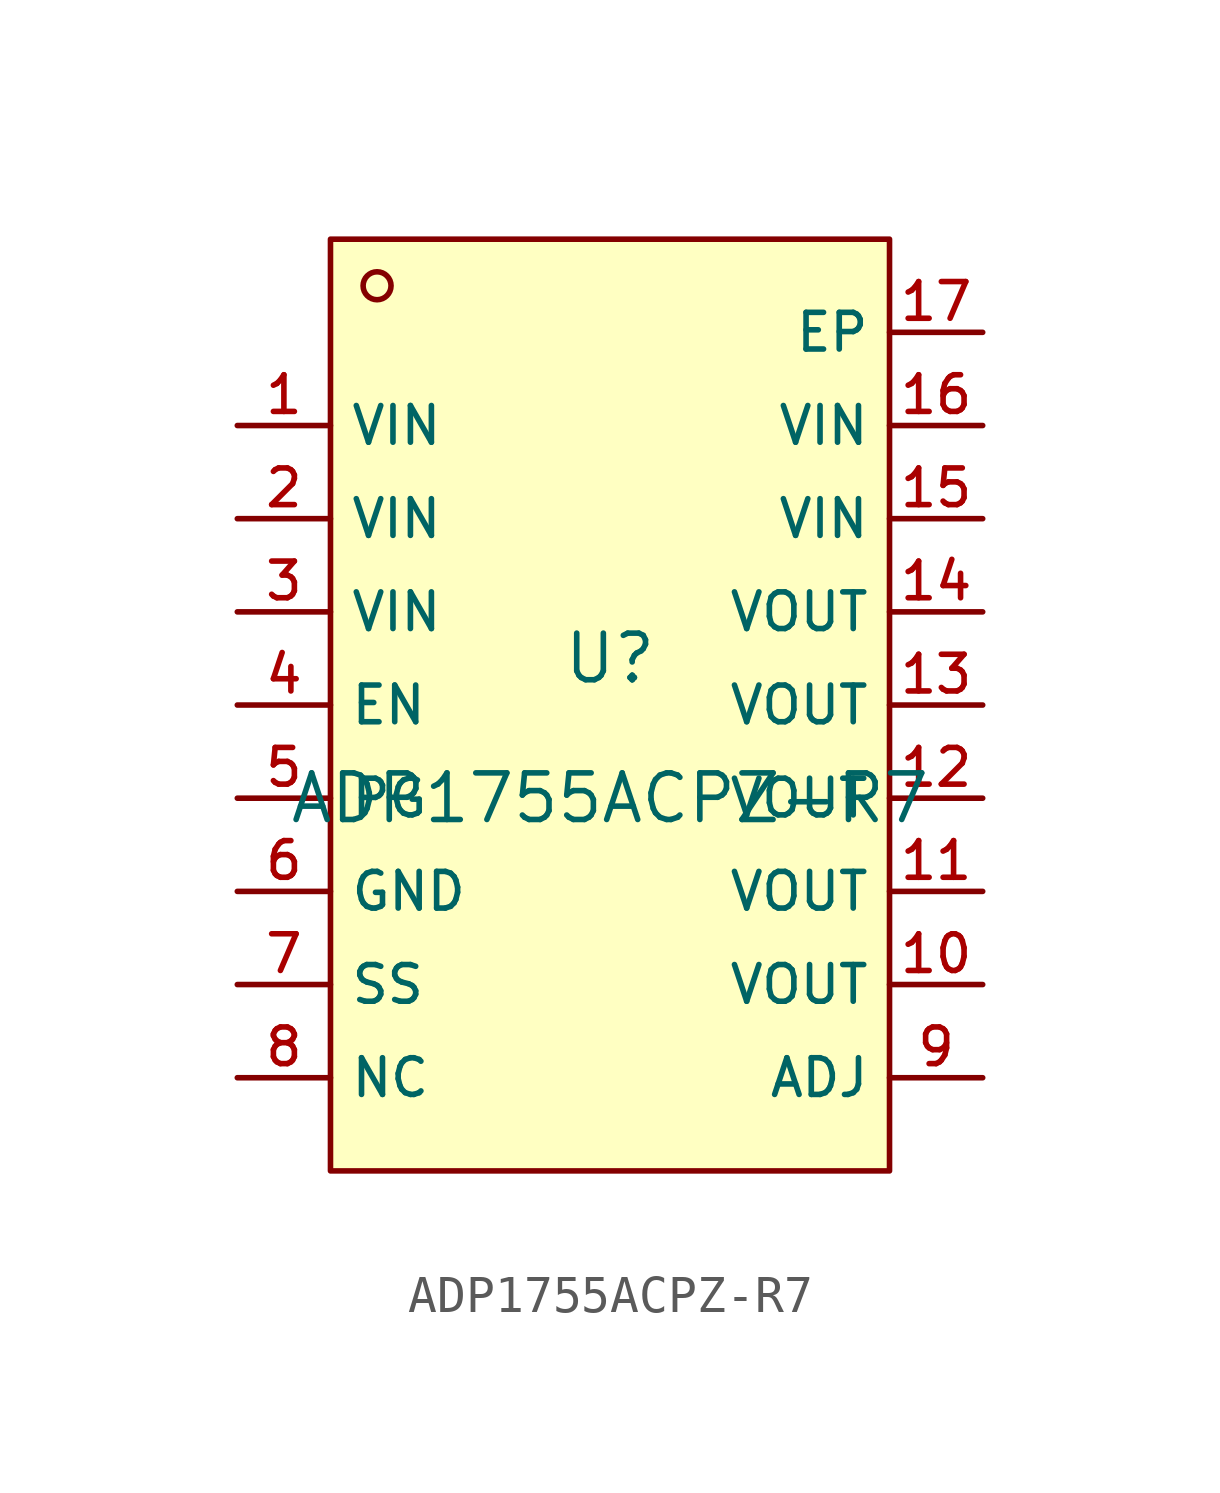
<source format=kicad_sym>
(kicad_symbol_lib
  (version 20210201)
  (generator TousstNicolas/JLC2KiCad_lib)
  (symbol "ADP1755ACPZ-R7"
    (property "Reference" "U"
      (at 0 1.27 0)
      (effects (font (size 1.27 1.27))))
    (property "Value" "ADP1755ACPZ-R7"
      (at 0 -2.54 0)
      (effects (font (size 1.27 1.27))))
    (symbol "ADP1755ACPZ-R7_0_1"
      (rectangle (start -7.62 12.7) (end 7.62 -12.7) (stroke (width 0) (type default) (color 0 0 0 0)) (fill (type background)))
      (circle (center -6.35 11.43) (radius 0.381) (stroke (width 0) (type default) (color 0 0 0 0)) (fill (type background)))
      (pin unspecified line (at -10.16 7.62 0) (length 2.54) (name "VIN" (effects (font (size 1 1)))) (number "1" (effects (font (size 1 1)))))
      (pin unspecified line (at -10.16 5.08 0) (length 2.54) (name "VIN" (effects (font (size 1 1)))) (number "2" (effects (font (size 1 1)))))
      (pin unspecified line (at -10.16 2.54 0) (length 2.54) (name "VIN" (effects (font (size 1 1)))) (number "3" (effects (font (size 1 1)))))
      (pin unspecified line (at -10.16 -0.0 0) (length 2.54) (name "EN" (effects (font (size 1 1)))) (number "4" (effects (font (size 1 1)))))
      (pin unspecified line (at -10.16 -2.54 0) (length 2.54) (name "PG" (effects (font (size 1 1)))) (number "5" (effects (font (size 1 1)))))
      (pin unspecified line (at -10.16 -5.08 0) (length 2.54) (name "GND" (effects (font (size 1 1)))) (number "6" (effects (font (size 1 1)))))
      (pin unspecified line (at -10.16 -7.62 0) (length 2.54) (name "SS" (effects (font (size 1 1)))) (number "7" (effects (font (size 1 1)))))
      (pin unspecified line (at -10.16 -10.16 0) (length 2.54) (name "NC" (effects (font (size 1 1)))) (number "8" (effects (font (size 1 1)))))
      (pin unspecified line (at 10.16 -10.16 180) (length 2.54) (name "ADJ" (effects (font (size 1 1)))) (number "9" (effects (font (size 1 1)))))
      (pin unspecified line (at 10.16 -7.62 180) (length 2.54) (name "VOUT" (effects (font (size 1 1)))) (number "10" (effects (font (size 1 1)))))
      (pin unspecified line (at 10.16 -5.08 180) (length 2.54) (name "VOUT" (effects (font (size 1 1)))) (number "11" (effects (font (size 1 1)))))
      (pin unspecified line (at 10.16 -2.54 180) (length 2.54) (name "VOUT" (effects (font (size 1 1)))) (number "12" (effects (font (size 1 1)))))
      (pin unspecified line (at 10.16 -0.0 180) (length 2.54) (name "VOUT" (effects (font (size 1 1)))) (number "13" (effects (font (size 1 1)))))
      (pin unspecified line (at 10.16 2.54 180) (length 2.54) (name "VOUT" (effects (font (size 1 1)))) (number "14" (effects (font (size 1 1)))))
      (pin unspecified line (at 10.16 5.08 180) (length 2.54) (name "VIN" (effects (font (size 1 1)))) (number "15" (effects (font (size 1 1)))))
      (pin unspecified line (at 10.16 7.62 180) (length 2.54) (name "VIN" (effects (font (size 1 1)))) (number "16" (effects (font (size 1 1)))))
      (pin unspecified line (at 10.16 10.16 180) (length 2.54) (name "EP" (effects (font (size 1 1)))) (number "17" (effects (font (size 1 1))))))))
</source>
